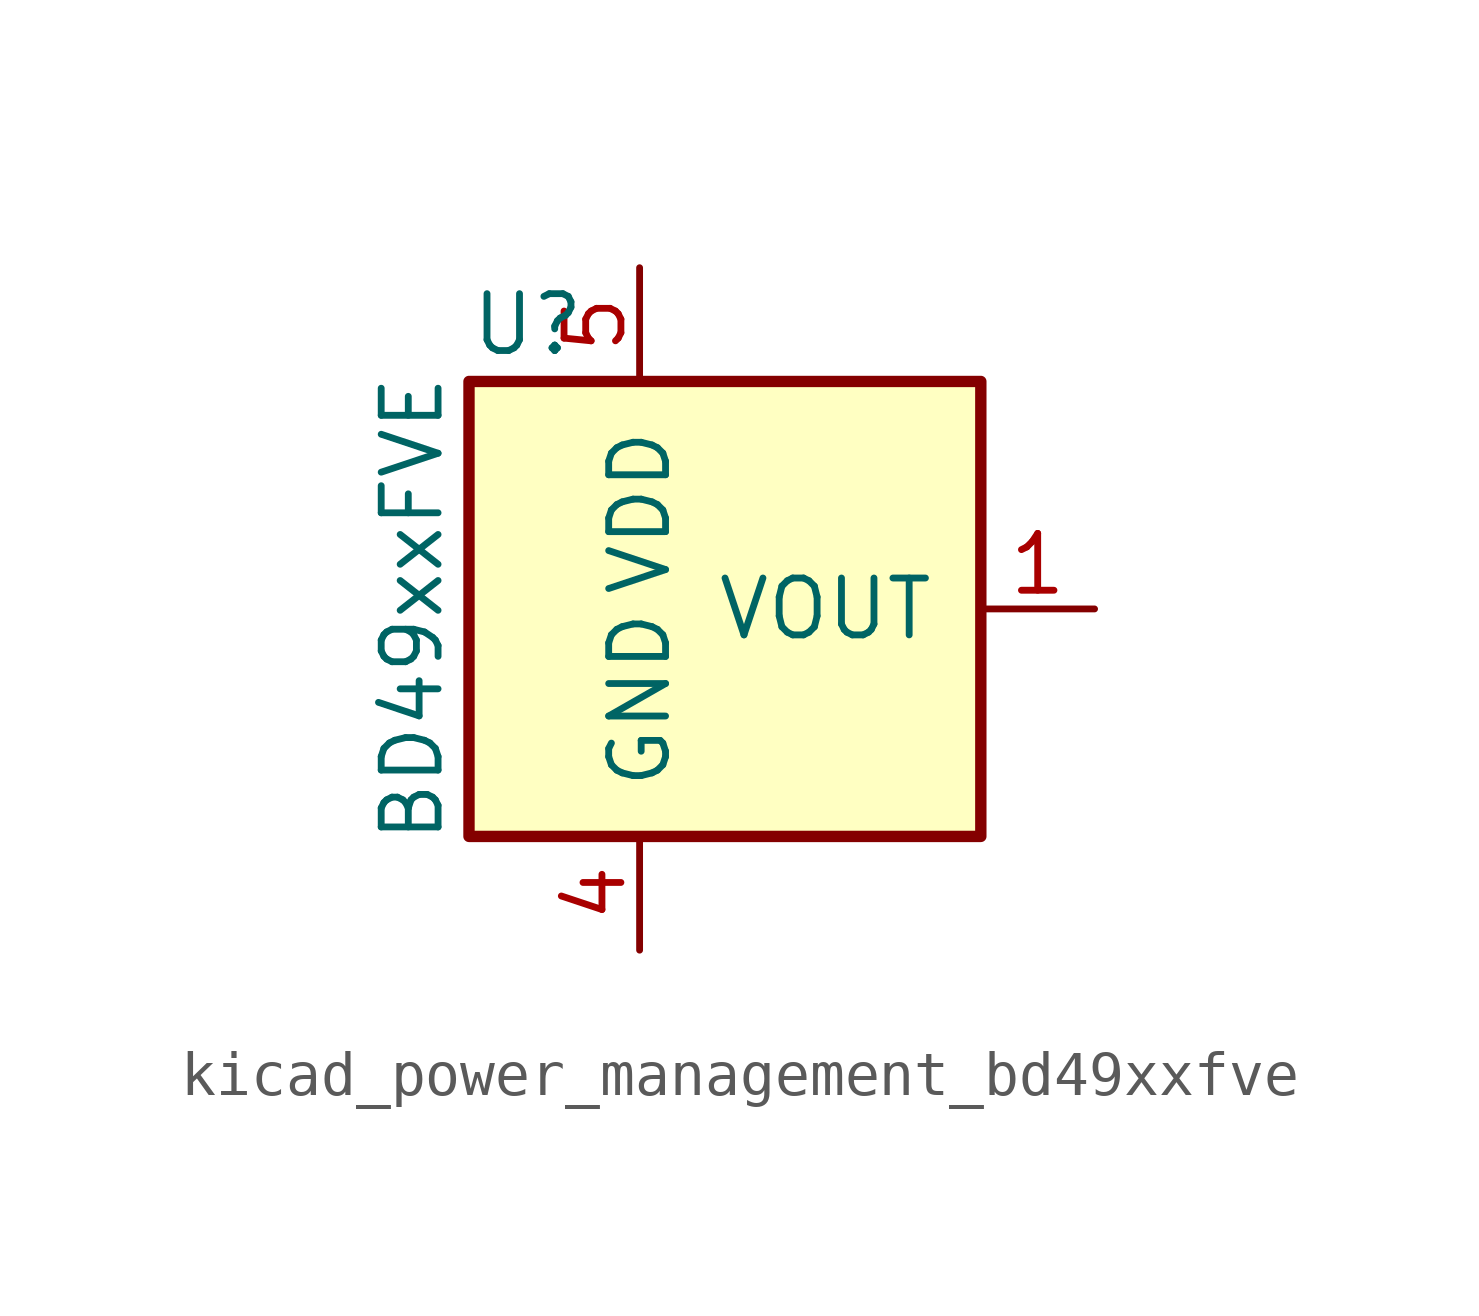
<source format=kicad_sym>
(kicad_symbol_lib
  (version 20220914)
  (generator kicad_symbol_editor)
  (symbol "kicad_power_management_bd49xxfve"
    (pin_names
      (offset 1.016))
    (property "Reference" "U"
      (at -3.81 6.35 0)
      (effects (font (size 1.27 1.27)) (justify left)))
    (property "Value" "BD49xxFVE"
      (at -5.08 0 90)
      (effects (font (size 1.27 1.27))))
    (symbol "kicad_power_management_bd49xxfve_1_1"
      (rectangle (start -3.81 5.08) (end 7.62 -5.08) (stroke (width 0.254) (type default)) (fill (type background)))
      (pin output line (at 10.16 0 180) (length 2.54) (name "VOUT" (effects (font (size 1.27 1.27)))) (number "1" (effects (font (size 1.27 1.27)))))
      (pin passive line (at 0 -7.62 90) (length 2.54) hide (name "GND" (effects (font (size 1.27 1.27)))) (number "2" (effects (font (size 1.27 1.27)))))
      (pin power_in line (at 0 -7.62 90) (length 2.54) (name "GND" (effects (font (size 1.27 1.27)))) (number "4" (effects (font (size 1.27 1.27)))))
      (pin power_in line (at 0 7.62 270) (length 2.54) (name "VDD" (effects (font (size 1.27 1.27)))) (number "5" (effects (font (size 1.27 1.27))))))))
</source>
